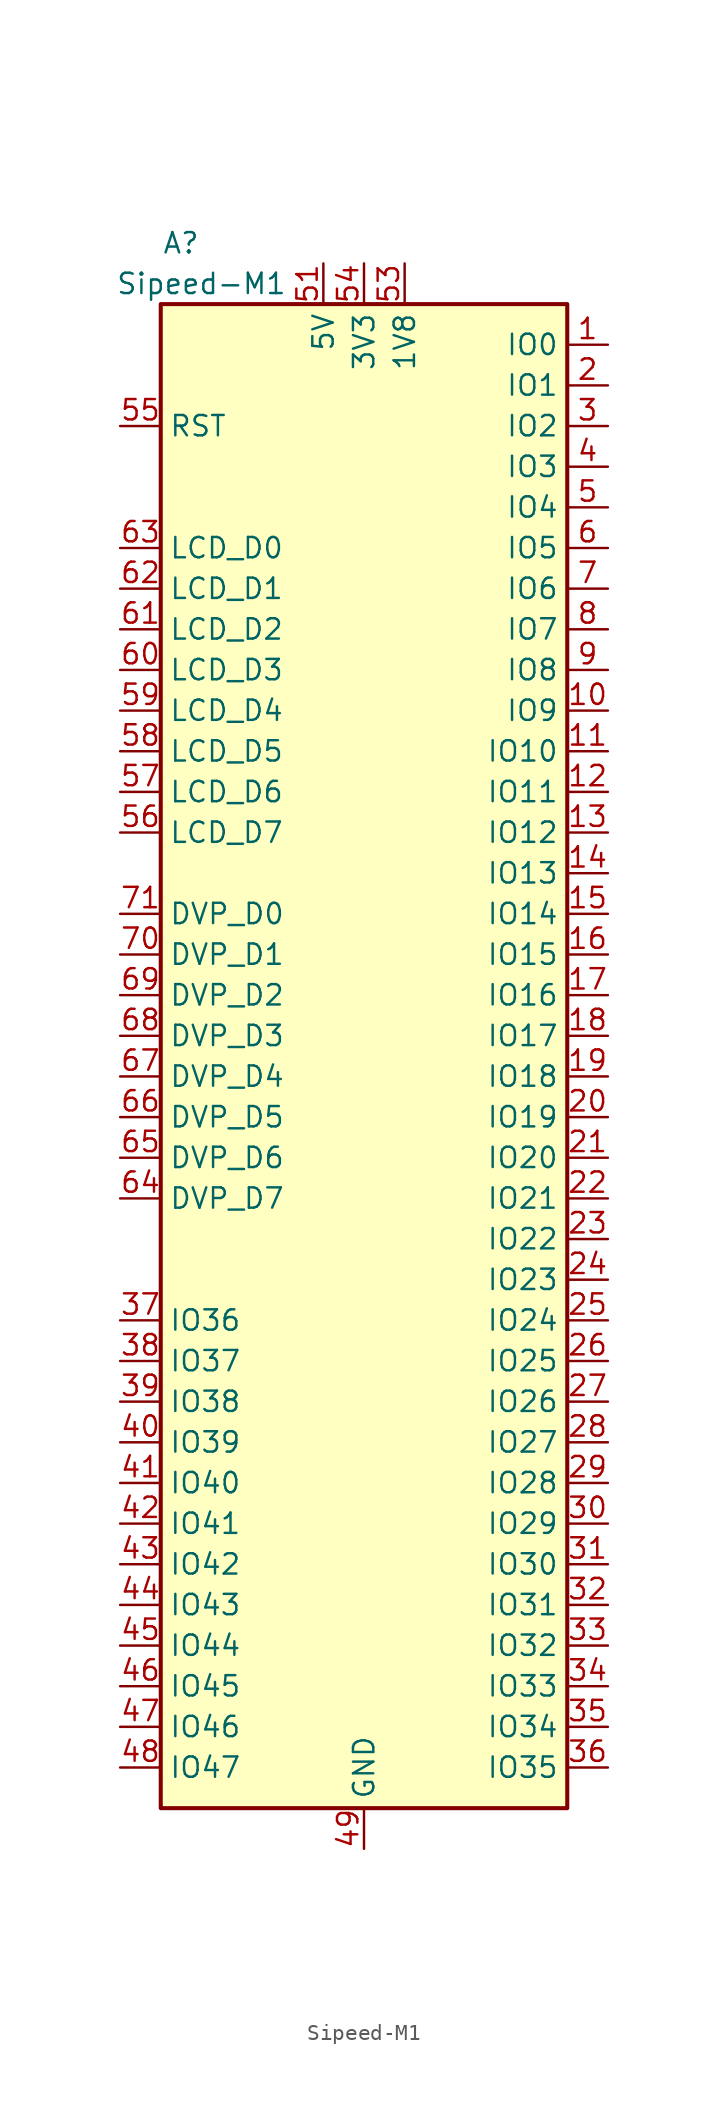
<source format=kicad_sym>
(kicad_symbol_lib
  (version 20201005)
  (generator kicad_symbol_editor)
  (symbol "Sipeed-M1"
    (property "Reference" "A"
      (at -11.43 52.07 0)
      (effects (font (size 1.27 1.27))))
    (property "Value" "Sipeed-M1"
      (at -10.16 49.53 0)
      (effects (font (size 1.27 1.27))))
    (symbol "Sipeed-M1_0_1"
      (rectangle (start 12.7 -45.72) (end -12.7 48.26) (stroke (width 0.254)) (fill (type background))))
    (symbol "Sipeed-M1_1_1"
      (pin bidirectional line (at 15.24 45.72 180) (length 2.54) (name "IO0" (effects (font (size 1.27 1.27)))) (number "1" (effects (font (size 1.27 1.27)))))
      (pin bidirectional line (at 15.24 22.86 180) (length 2.54) (name "IO9" (effects (font (size 1.27 1.27)))) (number "10" (effects (font (size 1.27 1.27)))))
      (pin bidirectional line (at 15.24 20.32 180) (length 2.54) (name "IO10" (effects (font (size 1.27 1.27)))) (number "11" (effects (font (size 1.27 1.27)))))
      (pin bidirectional line (at 15.24 17.78 180) (length 2.54) (name "IO11" (effects (font (size 1.27 1.27)))) (number "12" (effects (font (size 1.27 1.27)))))
      (pin bidirectional line (at 15.24 15.24 180) (length 2.54) (name "IO12" (effects (font (size 1.27 1.27)))) (number "13" (effects (font (size 1.27 1.27)))))
      (pin bidirectional line (at 15.24 12.7 180) (length 2.54) (name "IO13" (effects (font (size 1.27 1.27)))) (number "14" (effects (font (size 1.27 1.27)))))
      (pin bidirectional line (at 15.24 10.16 180) (length 2.54) (name "IO14" (effects (font (size 1.27 1.27)))) (number "15" (effects (font (size 1.27 1.27)))))
      (pin bidirectional line (at 15.24 7.62 180) (length 2.54) (name "IO15" (effects (font (size 1.27 1.27)))) (number "16" (effects (font (size 1.27 1.27)))))
      (pin bidirectional line (at 15.24 5.08 180) (length 2.54) (name "IO16" (effects (font (size 1.27 1.27)))) (number "17" (effects (font (size 1.27 1.27)))))
      (pin bidirectional line (at 15.24 2.54 180) (length 2.54) (name "IO17" (effects (font (size 1.27 1.27)))) (number "18" (effects (font (size 1.27 1.27)))))
      (pin bidirectional line (at 15.24 0 180) (length 2.54) (name "IO18" (effects (font (size 1.27 1.27)))) (number "19" (effects (font (size 1.27 1.27)))))
      (pin bidirectional line (at 15.24 43.18 180) (length 2.54) (name "IO1" (effects (font (size 1.27 1.27)))) (number "2" (effects (font (size 1.27 1.27)))))
      (pin bidirectional line (at 15.24 -2.54 180) (length 2.54) (name "IO19" (effects (font (size 1.27 1.27)))) (number "20" (effects (font (size 1.27 1.27)))))
      (pin bidirectional line (at 15.24 -5.08 180) (length 2.54) (name "IO20" (effects (font (size 1.27 1.27)))) (number "21" (effects (font (size 1.27 1.27)))))
      (pin bidirectional line (at 15.24 -7.62 180) (length 2.54) (name "IO21" (effects (font (size 1.27 1.27)))) (number "22" (effects (font (size 1.27 1.27)))))
      (pin bidirectional line (at 15.24 -10.16 180) (length 2.54) (name "IO22" (effects (font (size 1.27 1.27)))) (number "23" (effects (font (size 1.27 1.27)))))
      (pin bidirectional line (at 15.24 -12.7 180) (length 2.54) (name "IO23" (effects (font (size 1.27 1.27)))) (number "24" (effects (font (size 1.27 1.27)))))
      (pin bidirectional line (at 15.24 -15.24 180) (length 2.54) (name "IO24" (effects (font (size 1.27 1.27)))) (number "25" (effects (font (size 1.27 1.27)))))
      (pin bidirectional line (at 15.24 -17.78 180) (length 2.54) (name "IO25" (effects (font (size 1.27 1.27)))) (number "26" (effects (font (size 1.27 1.27)))))
      (pin bidirectional line (at 15.24 -20.32 180) (length 2.54) (name "IO26" (effects (font (size 1.27 1.27)))) (number "27" (effects (font (size 1.27 1.27)))))
      (pin bidirectional line (at 15.24 -22.86 180) (length 2.54) (name "IO27" (effects (font (size 1.27 1.27)))) (number "28" (effects (font (size 1.27 1.27)))))
      (pin bidirectional line (at 15.24 -25.4 180) (length 2.54) (name "IO28" (effects (font (size 1.27 1.27)))) (number "29" (effects (font (size 1.27 1.27)))))
      (pin bidirectional line (at 15.24 40.64 180) (length 2.54) (name "IO2" (effects (font (size 1.27 1.27)))) (number "3" (effects (font (size 1.27 1.27)))))
      (pin bidirectional line (at 15.24 -27.94 180) (length 2.54) (name "IO29" (effects (font (size 1.27 1.27)))) (number "30" (effects (font (size 1.27 1.27)))))
      (pin bidirectional line (at 15.24 -30.48 180) (length 2.54) (name "IO30" (effects (font (size 1.27 1.27)))) (number "31" (effects (font (size 1.27 1.27)))))
      (pin bidirectional line (at 15.24 -33.02 180) (length 2.54) (name "IO31" (effects (font (size 1.27 1.27)))) (number "32" (effects (font (size 1.27 1.27)))))
      (pin bidirectional line (at 15.24 -35.56 180) (length 2.54) (name "IO32" (effects (font (size 1.27 1.27)))) (number "33" (effects (font (size 1.27 1.27)))))
      (pin bidirectional line (at 15.24 -38.1 180) (length 2.54) (name "IO33" (effects (font (size 1.27 1.27)))) (number "34" (effects (font (size 1.27 1.27)))))
      (pin bidirectional line (at 15.24 -40.64 180) (length 2.54) (name "IO34" (effects (font (size 1.27 1.27)))) (number "35" (effects (font (size 1.27 1.27)))))
      (pin bidirectional line (at 15.24 -43.18 180) (length 2.54) (name "IO35" (effects (font (size 1.27 1.27)))) (number "36" (effects (font (size 1.27 1.27)))))
      (pin bidirectional line (at -15.24 -15.24 0) (length 2.54) (name "IO36" (effects (font (size 1.27 1.27)))) (number "37" (effects (font (size 1.27 1.27)))))
      (pin bidirectional line (at -15.24 -17.78 0) (length 2.54) (name "IO37" (effects (font (size 1.27 1.27)))) (number "38" (effects (font (size 1.27 1.27)))))
      (pin bidirectional line (at -15.24 -20.32 0) (length 2.54) (name "IO38" (effects (font (size 1.27 1.27)))) (number "39" (effects (font (size 1.27 1.27)))))
      (pin bidirectional line (at 15.24 38.1 180) (length 2.54) (name "IO3" (effects (font (size 1.27 1.27)))) (number "4" (effects (font (size 1.27 1.27)))))
      (pin bidirectional line (at -15.24 -22.86 0) (length 2.54) (name "IO39" (effects (font (size 1.27 1.27)))) (number "40" (effects (font (size 1.27 1.27)))))
      (pin bidirectional line (at -15.24 -25.4 0) (length 2.54) (name "IO40" (effects (font (size 1.27 1.27)))) (number "41" (effects (font (size 1.27 1.27)))))
      (pin bidirectional line (at -15.24 -27.94 0) (length 2.54) (name "IO41" (effects (font (size 1.27 1.27)))) (number "42" (effects (font (size 1.27 1.27)))))
      (pin bidirectional line (at -15.24 -30.48 0) (length 2.54) (name "IO42" (effects (font (size 1.27 1.27)))) (number "43" (effects (font (size 1.27 1.27)))))
      (pin bidirectional line (at -15.24 -33.02 0) (length 2.54) (name "IO43" (effects (font (size 1.27 1.27)))) (number "44" (effects (font (size 1.27 1.27)))))
      (pin bidirectional line (at -15.24 -35.56 0) (length 2.54) (name "IO44" (effects (font (size 1.27 1.27)))) (number "45" (effects (font (size 1.27 1.27)))))
      (pin bidirectional line (at -15.24 -38.1 0) (length 2.54) (name "IO45" (effects (font (size 1.27 1.27)))) (number "46" (effects (font (size 1.27 1.27)))))
      (pin bidirectional line (at -15.24 -40.64 0) (length 2.54) (name "IO46" (effects (font (size 1.27 1.27)))) (number "47" (effects (font (size 1.27 1.27)))))
      (pin bidirectional line (at -15.24 -43.18 0) (length 2.54) (name "IO47" (effects (font (size 1.27 1.27)))) (number "48" (effects (font (size 1.27 1.27)))))
      (pin power_in line (at 0 -48.26 90) (length 2.54) (name "GND" (effects (font (size 1.27 1.27)))) (number "49" (effects (font (size 1.27 1.27)))))
      (pin bidirectional line (at 15.24 35.56 180) (length 2.54) (name "IO4" (effects (font (size 1.27 1.27)))) (number "5" (effects (font (size 1.27 1.27)))))
      (pin passive line (at 0 -48.26 90) (length 2.54) hide (name "GND" (effects (font (size 1.27 1.27)))) (number "50" (effects (font (size 1.27 1.27)))))
      (pin power_in line (at -2.54 50.8 270) (length 2.54) (name "5V" (effects (font (size 1.27 1.27)))) (number "51" (effects (font (size 1.27 1.27)))))
      (pin passive line (at -2.54 50.8 270) (length 2.54) hide (name "5V" (effects (font (size 1.27 1.27)))) (number "52" (effects (font (size 1.27 1.27)))))
      (pin power_out line (at 2.54 50.8 270) (length 2.54) (name "1V8" (effects (font (size 1.27 1.27)))) (number "53" (effects (font (size 1.27 1.27)))))
      (pin power_out line (at 0 50.8 270) (length 2.54) (name "3V3" (effects (font (size 1.27 1.27)))) (number "54" (effects (font (size 1.27 1.27)))))
      (pin input line (at -15.24 40.64 0) (length 2.54) (name "RST" (effects (font (size 1.27 1.27)))) (number "55" (effects (font (size 1.27 1.27)))))
      (pin bidirectional line (at -15.24 15.24 0) (length 2.54) (name "LCD_D7" (effects (font (size 1.27 1.27)))) (number "56" (effects (font (size 1.27 1.27)))))
      (pin bidirectional line (at -15.24 17.78 0) (length 2.54) (name "LCD_D6" (effects (font (size 1.27 1.27)))) (number "57" (effects (font (size 1.27 1.27)))))
      (pin bidirectional line (at -15.24 20.32 0) (length 2.54) (name "LCD_D5" (effects (font (size 1.27 1.27)))) (number "58" (effects (font (size 1.27 1.27)))))
      (pin bidirectional line (at -15.24 22.86 0) (length 2.54) (name "LCD_D4" (effects (font (size 1.27 1.27)))) (number "59" (effects (font (size 1.27 1.27)))))
      (pin bidirectional line (at 15.24 33.02 180) (length 2.54) (name "IO5" (effects (font (size 1.27 1.27)))) (number "6" (effects (font (size 1.27 1.27)))))
      (pin bidirectional line (at -15.24 25.4 0) (length 2.54) (name "LCD_D3" (effects (font (size 1.27 1.27)))) (number "60" (effects (font (size 1.27 1.27)))))
      (pin bidirectional line (at -15.24 27.94 0) (length 2.54) (name "LCD_D2" (effects (font (size 1.27 1.27)))) (number "61" (effects (font (size 1.27 1.27)))))
      (pin bidirectional line (at -15.24 30.48 0) (length 2.54) (name "LCD_D1" (effects (font (size 1.27 1.27)))) (number "62" (effects (font (size 1.27 1.27)))))
      (pin bidirectional line (at -15.24 33.02 0) (length 2.54) (name "LCD_D0" (effects (font (size 1.27 1.27)))) (number "63" (effects (font (size 1.27 1.27)))))
      (pin bidirectional line (at -15.24 -7.62 0) (length 2.54) (name "DVP_D7" (effects (font (size 1.27 1.27)))) (number "64" (effects (font (size 1.27 1.27)))))
      (pin bidirectional line (at -15.24 -5.08 0) (length 2.54) (name "DVP_D6" (effects (font (size 1.27 1.27)))) (number "65" (effects (font (size 1.27 1.27)))))
      (pin bidirectional line (at -15.24 -2.54 0) (length 2.54) (name "DVP_D5" (effects (font (size 1.27 1.27)))) (number "66" (effects (font (size 1.27 1.27)))))
      (pin bidirectional line (at -15.24 0 0) (length 2.54) (name "DVP_D4" (effects (font (size 1.27 1.27)))) (number "67" (effects (font (size 1.27 1.27)))))
      (pin bidirectional line (at -15.24 2.54 0) (length 2.54) (name "DVP_D3" (effects (font (size 1.27 1.27)))) (number "68" (effects (font (size 1.27 1.27)))))
      (pin bidirectional line (at -15.24 5.08 0) (length 2.54) (name "DVP_D2" (effects (font (size 1.27 1.27)))) (number "69" (effects (font (size 1.27 1.27)))))
      (pin bidirectional line (at 15.24 30.48 180) (length 2.54) (name "IO6" (effects (font (size 1.27 1.27)))) (number "7" (effects (font (size 1.27 1.27)))))
      (pin bidirectional line (at -15.24 7.62 0) (length 2.54) (name "DVP_D1" (effects (font (size 1.27 1.27)))) (number "70" (effects (font (size 1.27 1.27)))))
      (pin bidirectional line (at -15.24 10.16 0) (length 2.54) (name "DVP_D0" (effects (font (size 1.27 1.27)))) (number "71" (effects (font (size 1.27 1.27)))))
      (pin passive line (at 0 -48.26 90) (length 2.54) hide (name "GND" (effects (font (size 1.27 1.27)))) (number "72" (effects (font (size 1.27 1.27)))))
      (pin passive line (at 0 -48.26 90) (length 2.54) hide (name "GND" (effects (font (size 1.27 1.27)))) (number "73" (effects (font (size 1.27 1.27)))))
      (pin passive line (at 0 -48.26 90) (length 2.54) hide (name "GND" (effects (font (size 1.27 1.27)))) (number "74" (effects (font (size 1.27 1.27)))))
      (pin passive line (at 0 -48.26 90) (length 2.54) hide (name "GND" (effects (font (size 1.27 1.27)))) (number "75" (effects (font (size 1.27 1.27)))))
      (pin passive line (at 0 -48.26 90) (length 2.54) hide (name "GND" (effects (font (size 1.27 1.27)))) (number "76" (effects (font (size 1.27 1.27)))))
      (pin passive line (at 0 -48.26 90) (length 2.54) hide (name "GND" (effects (font (size 1.27 1.27)))) (number "77" (effects (font (size 1.27 1.27)))))
      (pin bidirectional line (at 15.24 27.94 180) (length 2.54) (name "IO7" (effects (font (size 1.27 1.27)))) (number "8" (effects (font (size 1.27 1.27)))))
      (pin bidirectional line (at 15.24 25.4 180) (length 2.54) (name "IO8" (effects (font (size 1.27 1.27)))) (number "9" (effects (font (size 1.27 1.27))))))))
</source>
